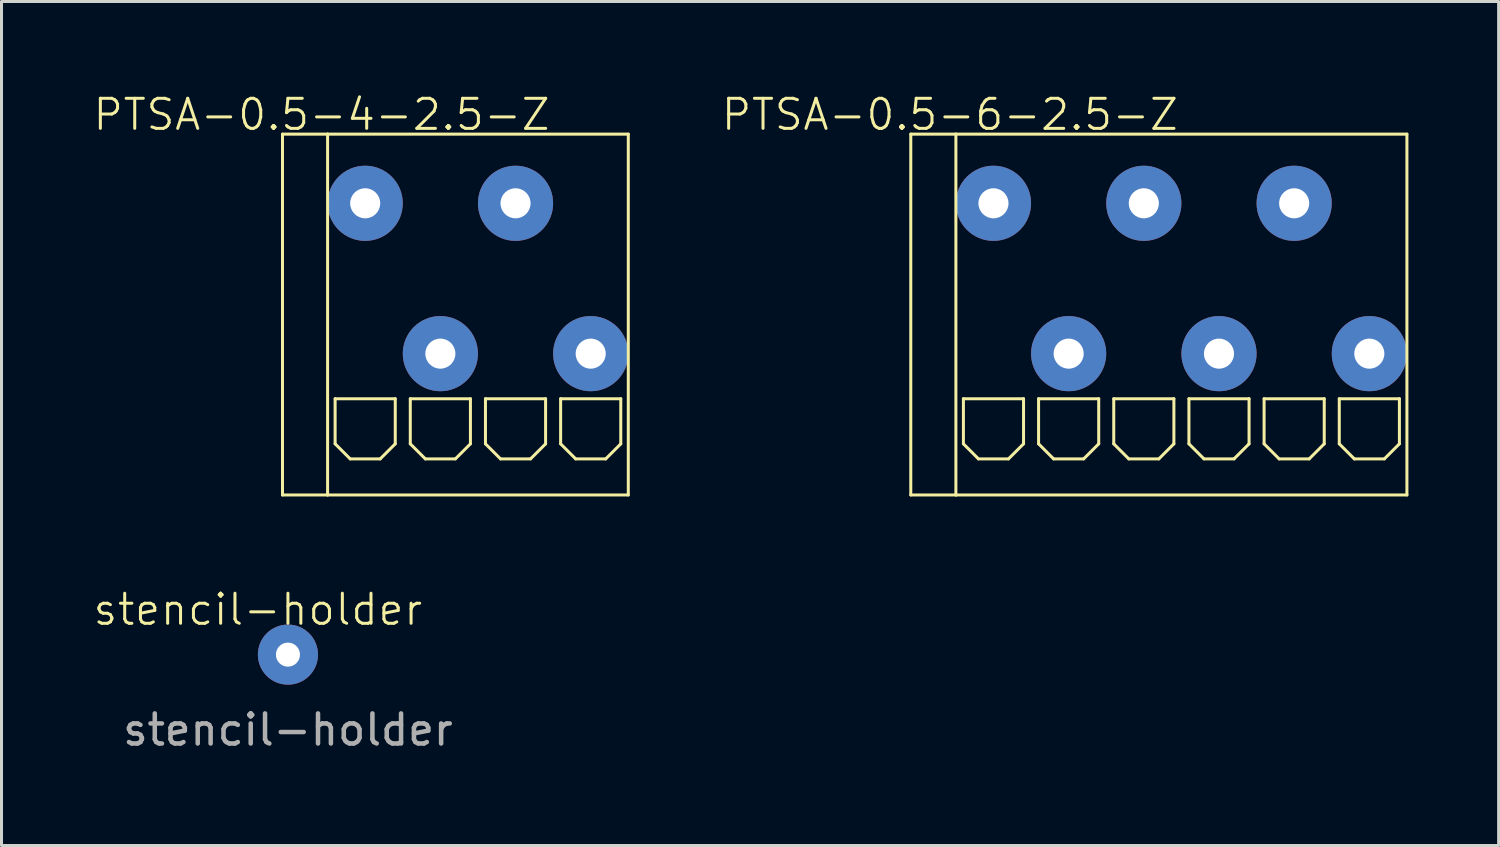
<source format=kicad_pcb>
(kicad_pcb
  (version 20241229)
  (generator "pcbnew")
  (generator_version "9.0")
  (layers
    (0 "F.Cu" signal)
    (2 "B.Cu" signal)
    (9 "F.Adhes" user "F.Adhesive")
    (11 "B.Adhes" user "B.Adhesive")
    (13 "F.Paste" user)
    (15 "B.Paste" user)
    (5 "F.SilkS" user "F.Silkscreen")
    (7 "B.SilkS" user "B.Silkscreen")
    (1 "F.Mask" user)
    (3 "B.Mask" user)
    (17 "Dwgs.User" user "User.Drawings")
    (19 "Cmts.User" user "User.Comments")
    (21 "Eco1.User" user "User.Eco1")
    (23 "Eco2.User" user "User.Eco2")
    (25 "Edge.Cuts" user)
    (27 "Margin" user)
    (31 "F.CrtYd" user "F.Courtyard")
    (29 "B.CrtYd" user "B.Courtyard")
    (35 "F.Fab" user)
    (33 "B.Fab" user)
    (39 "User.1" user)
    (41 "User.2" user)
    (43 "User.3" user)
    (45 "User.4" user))
  (footprint "PTSA-0.5-6-2.5-Z"
    (layer "F.Cu")
    (at 29.99 3.711)
    (property "Reference" "PTSA-0.5-6-2.5-Z" (at -1.45 -2.95 0) (unlocked yes) (layer "F.SilkS") (effects (font (size 1 1) (thickness 0.1))))
    (attr through_hole)
    (fp_line (start -2.75 -2.3) (end -2.75 9.7) (stroke (width 0.1) (type default)) (layer "F.SilkS"))
    (fp_line (start -2.75 9.7) (end -1.25 9.7) (stroke (width 0.1) (type default)) (layer "F.SilkS"))
    (fp_line (start -1.25 -2.3) (end -2.75 -2.3) (stroke (width 0.1) (type default)) (layer "F.SilkS"))
    (fp_line (start -1.25 -2.3) (end -1.25 9.7) (stroke (width 0.1) (type default)) (layer "F.SilkS"))
    (fp_line (start -1.25 -2.3) (end 13.75 -2.3) (stroke (width 0.1) (type default)) (layer "F.SilkS"))
    (fp_line (start -1.25 9.7) (end 13.75 9.7) (stroke (width 0.1) (type default)) (layer "F.SilkS"))
    (fp_line (start -1 6.5) (end 1 6.5) (stroke (width 0.1) (type default)) (layer "F.SilkS"))
    (fp_line (start -1 8) (end -1 6.5) (stroke (width 0.1) (type default)) (layer "F.SilkS"))
    (fp_line (start -0.5 8.5) (end -1 8) (stroke (width 0.1) (type default)) (layer "F.SilkS"))
    (fp_line (start 0.5 8.5) (end -0.5 8.5) (stroke (width 0.1) (type default)) (layer "F.SilkS"))
    (fp_line (start 1 6.5) (end 1 8) (stroke (width 0.1) (type default)) (layer "F.SilkS"))
    (fp_line (start 1 8) (end 0.5 8.5) (stroke (width 0.1) (type default)) (layer "F.SilkS"))
    (fp_line (start 1.5 6.5) (end 3.5 6.5) (stroke (width 0.1) (type default)) (layer "F.SilkS"))
    (fp_line (start 1.5 8) (end 1.5 6.5) (stroke (width 0.1) (type default)) (layer "F.SilkS"))
    (fp_line (start 2 8.5) (end 1.5 8) (stroke (width 0.1) (type default)) (layer "F.SilkS"))
    (fp_line (start 3 8.5) (end 2 8.5) (stroke (width 0.1) (type default)) (layer "F.SilkS"))
    (fp_line (start 3.5 6.5) (end 3.5 8) (stroke (width 0.1) (type default)) (layer "F.SilkS"))
    (fp_line (start 3.5 8) (end 3 8.5) (stroke (width 0.1) (type default)) (layer "F.SilkS"))
    (fp_line (start 4 6.5) (end 6 6.5) (stroke (width 0.1) (type default)) (layer "F.SilkS"))
    (fp_line (start 4 8) (end 4 6.5) (stroke (width 0.1) (type default)) (layer "F.SilkS"))
    (fp_line (start 4.5 8.5) (end 4 8) (stroke (width 0.1) (type default)) (layer "F.SilkS"))
    (fp_line (start 5.5 8.5) (end 4.5 8.5) (stroke (width 0.1) (type default)) (layer "F.SilkS"))
    (fp_line (start 6 6.5) (end 6 8) (stroke (width 0.1) (type default)) (layer "F.SilkS"))
    (fp_line (start 6 8) (end 5.5 8.5) (stroke (width 0.1) (type default)) (layer "F.SilkS"))
    (fp_line (start 6.5 6.5) (end 8.5 6.5) (stroke (width 0.1) (type default)) (layer "F.SilkS"))
    (fp_line (start 6.5 8) (end 6.5 6.5) (stroke (width 0.1) (type default)) (layer "F.SilkS"))
    (fp_line (start 7 8.5) (end 6.5 8) (stroke (width 0.1) (type default)) (layer "F.SilkS"))
    (fp_line (start 8 8.5) (end 7 8.5) (stroke (width 0.1) (type default)) (layer "F.SilkS"))
    (fp_line (start 8.5 6.5) (end 8.5 8) (stroke (width 0.1) (type default)) (layer "F.SilkS"))
    (fp_line (start 8.5 8) (end 8 8.5) (stroke (width 0.1) (type default)) (layer "F.SilkS"))
    (fp_line (start 9 6.5) (end 11 6.5) (stroke (width 0.1) (type default)) (layer "F.SilkS"))
    (fp_line (start 9 8) (end 9 6.5) (stroke (width 0.1) (type default)) (layer "F.SilkS"))
    (fp_line (start 9.5 8.5) (end 9 8) (stroke (width 0.1) (type default)) (layer "F.SilkS"))
    (fp_line (start 10.5 8.5) (end 9.5 8.5) (stroke (width 0.1) (type default)) (layer "F.SilkS"))
    (fp_line (start 11 6.5) (end 11 8) (stroke (width 0.1) (type default)) (layer "F.SilkS"))
    (fp_line (start 11 8) (end 10.5 8.5) (stroke (width 0.1) (type default)) (layer "F.SilkS"))
    (fp_line (start 11.5 6.5) (end 13.5 6.5) (stroke (width 0.1) (type default)) (layer "F.SilkS"))
    (fp_line (start 11.5 8) (end 11.5 6.5) (stroke (width 0.1) (type default)) (layer "F.SilkS"))
    (fp_line (start 12 8.5) (end 11.5 8) (stroke (width 0.1) (type default)) (layer "F.SilkS"))
    (fp_line (start 13 8.5) (end 12 8.5) (stroke (width 0.1) (type default)) (layer "F.SilkS"))
    (fp_line (start 13.5 6.5) (end 13.5 8) (stroke (width 0.1) (type default)) (layer "F.SilkS"))
    (fp_line (start 13.5 8) (end 13 8.5) (stroke (width 0.1) (type default)) (layer "F.SilkS"))
    (fp_line (start 13.75 9.7) (end 13.75 -2.3) (stroke (width 0.1) (type default)) (layer "F.SilkS"))
    (pad "1" thru_hole circle (at 0 0) (size 2.5 2.5) (drill 1) (layers "*.Cu" "*.Mask"))
    (pad "2" thru_hole circle (at 2.5 5) (size 2.5 2.5) (drill 1) (layers "*.Cu" "*.Mask"))
    (pad "3" thru_hole circle (at 5 0) (size 2.5 2.5) (drill 1) (layers "*.Cu" "*.Mask"))
    (pad "4" thru_hole circle (at 7.5 5) (size 2.5 2.5) (drill 1) (layers "*.Cu" "*.Mask"))
    (pad "5" thru_hole circle (at 10 0) (size 2.5 2.5) (drill 1) (layers "*.Cu" "*.Mask"))
    (pad "6" thru_hole circle (at 12.5 5) (size 2.5 2.5) (drill 1) (layers "*.Cu" "*.Mask")))
  (footprint "stencil-holder"
    (layer "F.Cu")
    (at 6.526 18.721)
    (property "Reference" "stencil-holder" (at -1 -1.5 0) (unlocked yes) (layer "F.SilkS") (effects (font (size 1 1) (thickness 0.1))))
    (attr through_hole)
    (fp_circle (center 0 0) (end 0.45 0) (stroke (width 0) (type solid)) (fill yes) (layer "F.Paste"))
    (fp_circle (center 0 0) (end 0.45 0) (stroke (width 0) (type solid)) (fill yes) (layer "B.Paste"))
    (fp_text user "${REFERENCE}" (at 0 2.5 0) (unlocked yes) (layer "F.Fab") (effects (font (size 1 1) (thickness 0.15))))
    (pad "1" thru_hole circle (at 0 0) (size 2 2) (drill 0.8) (layers "*.Cu" "*.Mask")))
  (footprint "PTSA-0.5-4-2.5-Z"
    (layer "F.Cu")
    (at 9.095 3.711)
    (property "Reference" "PTSA-0.5-4-2.5-Z" (at -1.45 -2.95 0) (unlocked yes) (layer "F.SilkS") (effects (font (size 1 1) (thickness 0.1))))
    (attr through_hole)
    (fp_line (start -2.75 -2.3) (end -2.75 9.7) (stroke (width 0.1) (type default)) (layer "F.SilkS"))
    (fp_line (start -2.75 9.7) (end -1.25 9.7) (stroke (width 0.1) (type default)) (layer "F.SilkS"))
    (fp_line (start -1.25 -2.3) (end -2.75 -2.3) (stroke (width 0.1) (type default)) (layer "F.SilkS"))
    (fp_line (start -1.25 -2.3) (end -1.25 9.7) (stroke (width 0.1) (type default)) (layer "F.SilkS"))
    (fp_line (start -1.25 -2.3) (end 8.75 -2.3) (stroke (width 0.1) (type default)) (layer "F.SilkS"))
    (fp_line (start -1.25 9.7) (end 8.75 9.7) (stroke (width 0.1) (type default)) (layer "F.SilkS"))
    (fp_line (start -1 6.5) (end 1 6.5) (stroke (width 0.1) (type default)) (layer "F.SilkS"))
    (fp_line (start -1 8) (end -1 6.5) (stroke (width 0.1) (type default)) (layer "F.SilkS"))
    (fp_line (start -0.5 8.5) (end -1 8) (stroke (width 0.1) (type default)) (layer "F.SilkS"))
    (fp_line (start 0.5 8.5) (end -0.5 8.5) (stroke (width 0.1) (type default)) (layer "F.SilkS"))
    (fp_line (start 1 6.5) (end 1 8) (stroke (width 0.1) (type default)) (layer "F.SilkS"))
    (fp_line (start 1 8) (end 0.5 8.5) (stroke (width 0.1) (type default)) (layer "F.SilkS"))
    (fp_line (start 1.5 6.5) (end 3.5 6.5) (stroke (width 0.1) (type default)) (layer "F.SilkS"))
    (fp_line (start 1.5 8) (end 1.5 6.5) (stroke (width 0.1) (type default)) (layer "F.SilkS"))
    (fp_line (start 2 8.5) (end 1.5 8) (stroke (width 0.1) (type default)) (layer "F.SilkS"))
    (fp_line (start 3 8.5) (end 2 8.5) (stroke (width 0.1) (type default)) (layer "F.SilkS"))
    (fp_line (start 3.5 6.5) (end 3.5 8) (stroke (width 0.1) (type default)) (layer "F.SilkS"))
    (fp_line (start 3.5 8) (end 3 8.5) (stroke (width 0.1) (type default)) (layer "F.SilkS"))
    (fp_line (start 4 6.5) (end 6 6.5) (stroke (width 0.1) (type default)) (layer "F.SilkS"))
    (fp_line (start 4 8) (end 4 6.5) (stroke (width 0.1) (type default)) (layer "F.SilkS"))
    (fp_line (start 4.5 8.5) (end 4 8) (stroke (width 0.1) (type default)) (layer "F.SilkS"))
    (fp_line (start 5.5 8.5) (end 4.5 8.5) (stroke (width 0.1) (type default)) (layer "F.SilkS"))
    (fp_line (start 6 6.5) (end 6 8) (stroke (width 0.1) (type default)) (layer "F.SilkS"))
    (fp_line (start 6 8) (end 5.5 8.5) (stroke (width 0.1) (type default)) (layer "F.SilkS"))
    (fp_line (start 6.5 6.5) (end 8.5 6.5) (stroke (width 0.1) (type default)) (layer "F.SilkS"))
    (fp_line (start 6.5 8) (end 6.5 6.5) (stroke (width 0.1) (type default)) (layer "F.SilkS"))
    (fp_line (start 7 8.5) (end 6.5 8) (stroke (width 0.1) (type default)) (layer "F.SilkS"))
    (fp_line (start 8 8.5) (end 7 8.5) (stroke (width 0.1) (type default)) (layer "F.SilkS"))
    (fp_line (start 8.5 6.5) (end 8.5 8) (stroke (width 0.1) (type default)) (layer "F.SilkS"))
    (fp_line (start 8.5 8) (end 8 8.5) (stroke (width 0.1) (type default)) (layer "F.SilkS"))
    (fp_line (start 8.75 9.7) (end 8.75 -2.3) (stroke (width 0.1) (type default)) (layer "F.SilkS"))
    (pad "1" thru_hole circle (at 0 0) (size 2.5 2.5) (drill 1) (layers "*.Cu" "*.Mask"))
    (pad "2" thru_hole circle (at 2.5 5) (size 2.5 2.5) (drill 1) (layers "*.Cu" "*.Mask"))
    (pad "3" thru_hole circle (at 5 0) (size 2.5 2.5) (drill 1) (layers "*.Cu" "*.Mask"))
    (pad "4" thru_hole circle (at 7.5 5) (size 2.5 2.5) (drill 1) (layers "*.Cu" "*.Mask")))
  (gr_rect
    (start -3 -3)
    (end 46.79 25.069)
    (stroke (width 0.1) (type default))
    (fill no)
    (layer "Edge.Cuts")))
</source>
